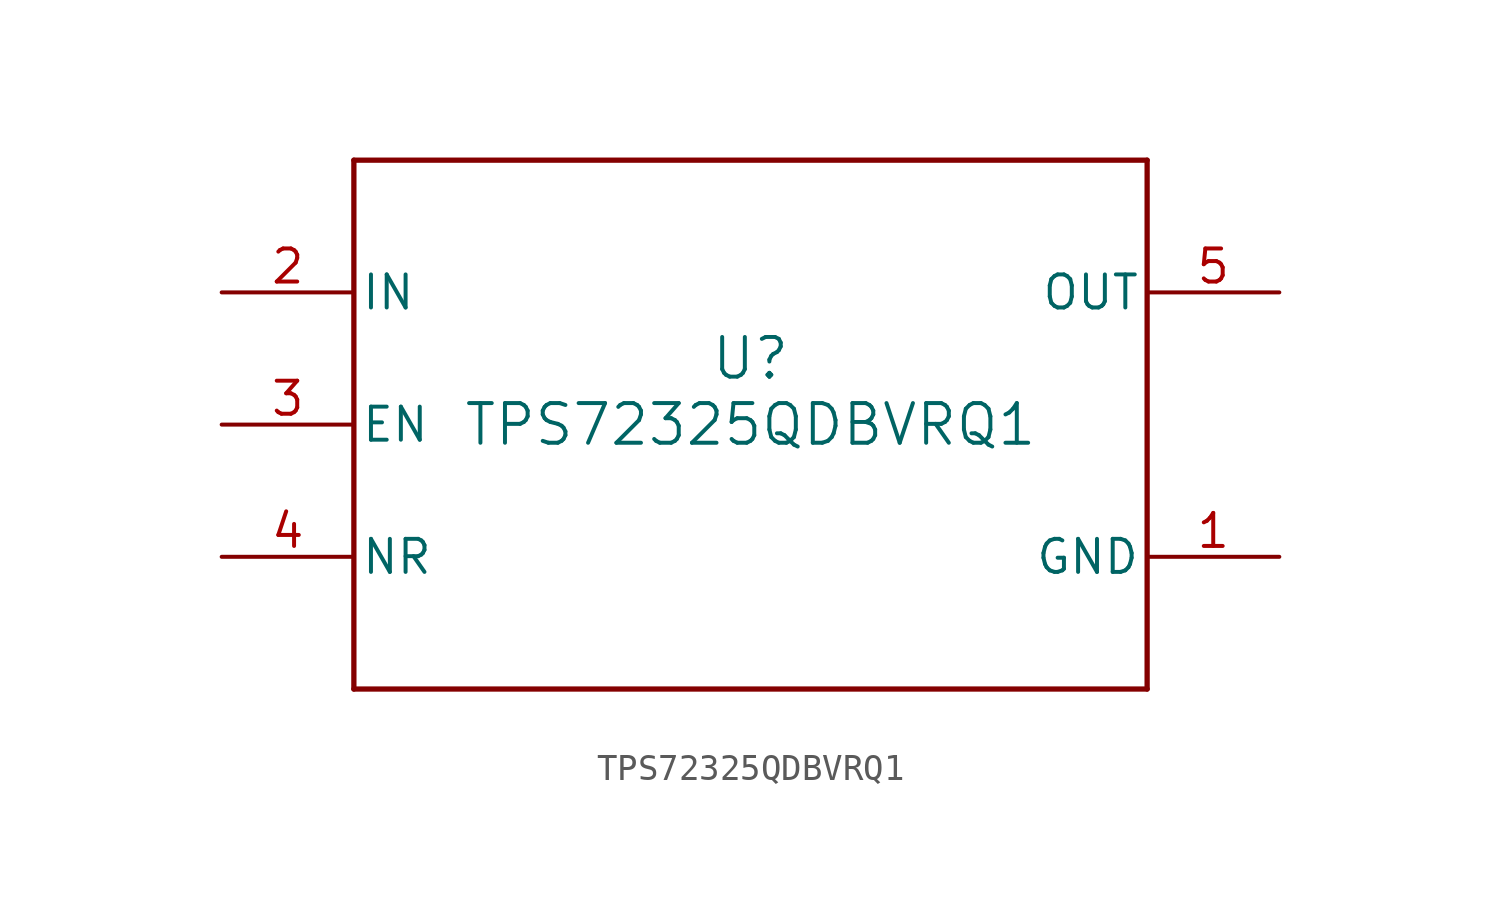
<source format=kicad_sym>
(kicad_symbol_lib
  (version 20211014)
  (generator kicad_symbol_editor)
  (symbol "TPS72325QDBVRQ1"
    (pin_names
      (offset 0.254))
    (property "Reference" "U"
      (at 0 2.54 0)
      (effects (font (size 1.524 1.524))))
    (property "Value" "TPS72325QDBVRQ1"
      (at 0 0 0)
      (effects (font (size 1.524 1.524))))
    (symbol "TPS72325QDBVRQ1_0_1"
      (polyline (pts (xy -15.24 -10.16) (xy 15.24 -10.16)) (stroke (width 0.203) (type default) (color 0 0 0 0)) (fill (type none)))
      (polyline (pts (xy 15.24 -10.16) (xy 15.24 10.16)) (stroke (width 0.203) (type default) (color 0 0 0 0)) (fill (type none)))
      (polyline (pts (xy 15.24 10.16) (xy -15.24 10.16)) (stroke (width 0.203) (type default) (color 0 0 0 0)) (fill (type none)))
      (polyline (pts (xy -15.24 10.16) (xy -15.24 -10.16)) (stroke (width 0.203) (type default) (color 0 0 0 0)) (fill (type none)))
      (pin power_in line (at 20.32 -5.08 180) (length 5.08) (name "GND" (effects (font (size 1.27 1.27)))) (number "1" (effects (font (size 1.27 1.27)))))
      (pin power_in line (at -20.32 5.08 0) (length 5.08) (name "IN" (effects (font (size 1.27 1.27)))) (number "2" (effects (font (size 1.27 1.27)))))
      (pin input line (at -20.32 0 0) (length 5.08) (name "EN" (effects (font (size 1.27 1.27)))) (number "3" (effects (font (size 1.27 1.27)))))
      (pin unspecified line (at -20.32 -5.08 0) (length 5.08) (name "NR" (effects (font (size 1.27 1.27)))) (number "4" (effects (font (size 1.27 1.27)))))
      (pin power_in line (at 20.32 5.08 180) (length 5.08) (name "OUT" (effects (font (size 1.27 1.27)))) (number "5" (effects (font (size 1.27 1.27))))))))
</source>
